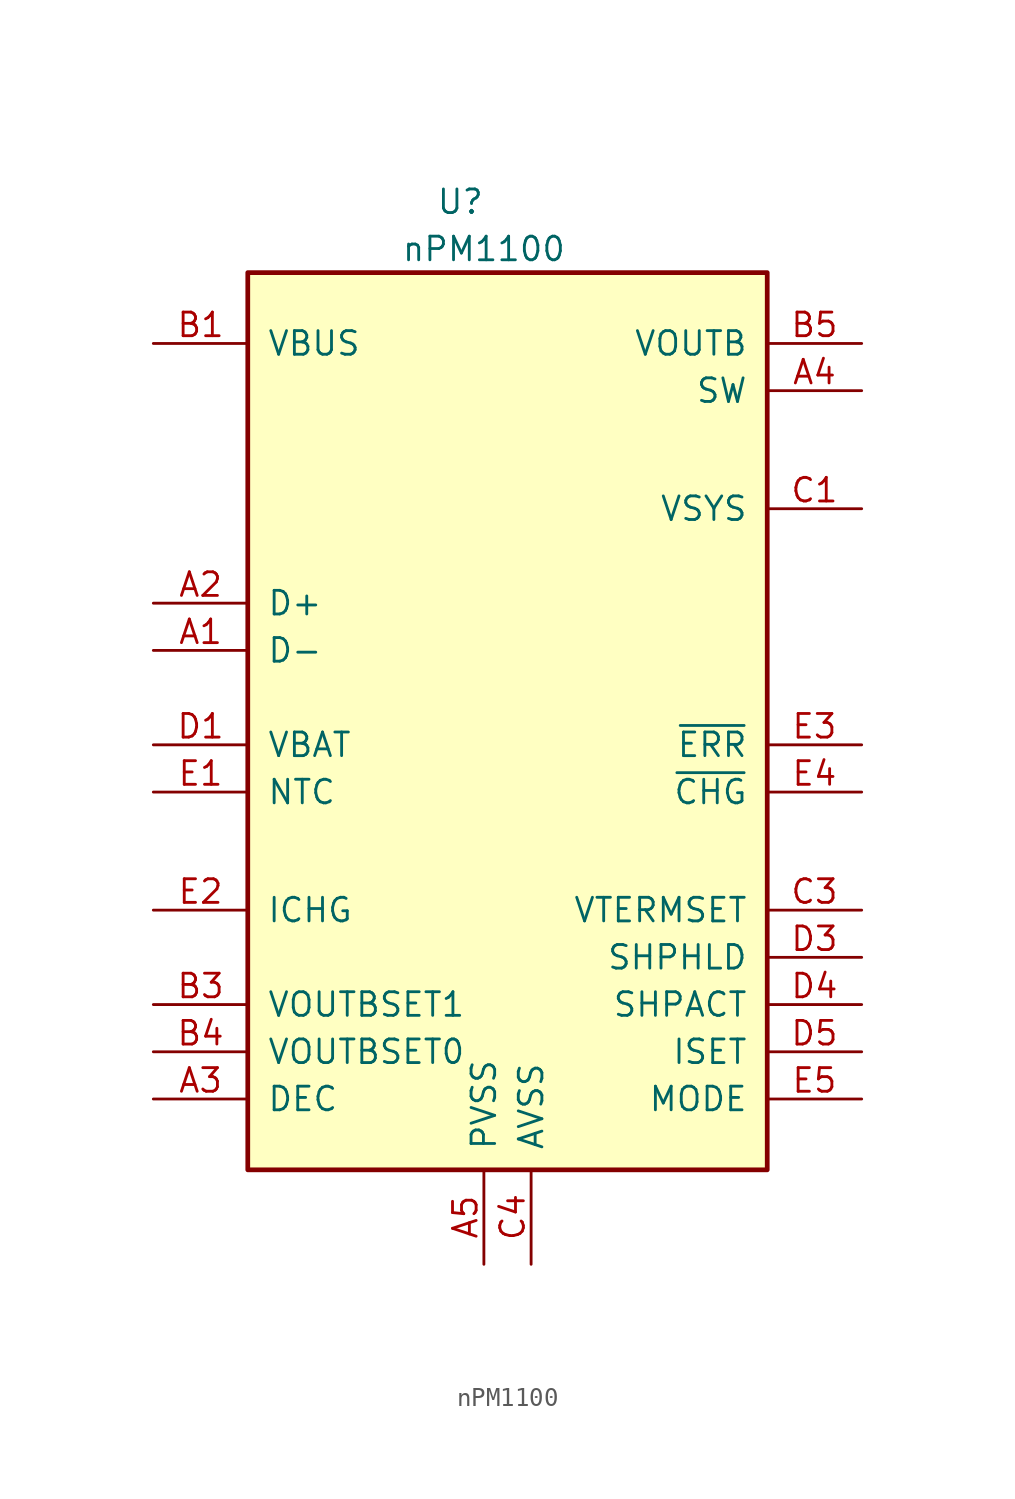
<source format=kicad_sym>
(kicad_symbol_lib
  (version 20211014)
  (generator kicad_symbol_editor)
  (symbol "nPM1100"
    (pin_names
      (offset 1.016))
    (property "Reference" "U"
      (at 11.43 1.27 0)
      (effects (font (size 1.27 1.27))))
    (property "Value" "nPM1100"
      (at 12.7 -1.27 0)
      (effects (font (size 1.27 1.27))))
    (symbol "nPM1100_0_1"
      (rectangle (start 0 -2.54) (end 27.94 -50.8) (stroke (width 0.254) (type default) (color 0 0 0 0)) (fill (type background))))
    (symbol "nPM1100_1_1"
      (pin input line (at -5.08 -22.86 0) (length 5.08) (name "D-" (effects (font (size 1.27 1.27)))) (number "A1" (effects (font (size 1.27 1.27)))))
      (pin input line (at -5.08 -20.32 0) (length 5.08) (name "D+" (effects (font (size 1.27 1.27)))) (number "A2" (effects (font (size 1.27 1.27)))))
      (pin passive line (at -5.08 -46.99 0) (length 5.08) (name "DEC" (effects (font (size 1.27 1.27)))) (number "A3" (effects (font (size 1.27 1.27)))))
      (pin passive line (at 33.02 -8.89 180) (length 5.08) (name "SW" (effects (font (size 1.27 1.27)))) (number "A4" (effects (font (size 1.27 1.27)))))
      (pin passive line (at 12.7 -55.88 90) (length 5.08) (name "PVSS" (effects (font (size 1.27 1.27)))) (number "A5" (effects (font (size 1.27 1.27)))))
      (pin power_in line (at -5.08 -6.35 0) (length 5.08) (name "VBUS" (effects (font (size 1.27 1.27)))) (number "B1" (effects (font (size 1.27 1.27)))))
      (pin power_in line (at -5.08 -6.35 0) (length 5.08) hide (name "VBUS" (effects (font (size 1.27 1.27)))) (number "B2" (effects (font (size 1.27 1.27)))))
      (pin input line (at -5.08 -41.91 0) (length 5.08) (name "VOUTBSET1" (effects (font (size 1.27 1.27)))) (number "B3" (effects (font (size 1.27 1.27)))))
      (pin input line (at -5.08 -44.45 0) (length 5.08) (name "VOUTBSET0" (effects (font (size 1.27 1.27)))) (number "B4" (effects (font (size 1.27 1.27)))))
      (pin power_out line (at 33.02 -6.35 180) (length 5.08) (name "VOUTB" (effects (font (size 1.27 1.27)))) (number "B5" (effects (font (size 1.27 1.27)))))
      (pin power_out line (at 33.02 -15.24 180) (length 5.08) (name "VSYS" (effects (font (size 1.27 1.27)))) (number "C1" (effects (font (size 1.27 1.27)))))
      (pin power_out line (at 33.02 -15.24 180) (length 5.08) hide (name "VSYS" (effects (font (size 1.27 1.27)))) (number "C2" (effects (font (size 1.27 1.27)))))
      (pin input line (at 33.02 -36.83 180) (length 5.08) (name "VTERMSET" (effects (font (size 1.27 1.27)))) (number "C3" (effects (font (size 1.27 1.27)))))
      (pin passive line (at 15.24 -55.88 90) (length 5.08) (name "AVSS" (effects (font (size 1.27 1.27)))) (number "C4" (effects (font (size 1.27 1.27)))))
      (pin passive line (at 15.24 -55.88 90) (length 5.08) hide (name "AVSS" (effects (font (size 1.27 1.27)))) (number "C5" (effects (font (size 1.27 1.27)))))
      (pin power_in line (at -5.08 -27.94 0) (length 5.08) (name "VBAT" (effects (font (size 1.27 1.27)))) (number "D1" (effects (font (size 1.27 1.27)))))
      (pin power_in line (at -5.08 -27.94 0) (length 5.08) hide (name "VBAT" (effects (font (size 1.27 1.27)))) (number "D2" (effects (font (size 1.27 1.27)))))
      (pin input line (at 33.02 -39.37 180) (length 5.08) (name "SHPHLD" (effects (font (size 1.27 1.27)))) (number "D3" (effects (font (size 1.27 1.27)))))
      (pin input line (at 33.02 -41.91 180) (length 5.08) (name "SHPACT" (effects (font (size 1.27 1.27)))) (number "D4" (effects (font (size 1.27 1.27)))))
      (pin input line (at 33.02 -44.45 180) (length 5.08) (name "ISET" (effects (font (size 1.27 1.27)))) (number "D5" (effects (font (size 1.27 1.27)))))
      (pin input line (at -5.08 -30.48 0) (length 5.08) (name "NTC" (effects (font (size 1.27 1.27)))) (number "E1" (effects (font (size 1.27 1.27)))))
      (pin input line (at -5.08 -36.83 0) (length 5.08) (name "ICHG" (effects (font (size 1.27 1.27)))) (number "E2" (effects (font (size 1.27 1.27)))))
      (pin output line (at 33.02 -27.94 180) (length 5.08) (name "~{ERR}" (effects (font (size 1.27 1.27)))) (number "E3" (effects (font (size 1.27 1.27)))))
      (pin output line (at 33.02 -30.48 180) (length 5.08) (name "~{CHG}" (effects (font (size 1.27 1.27)))) (number "E4" (effects (font (size 1.27 1.27)))))
      (pin input line (at 33.02 -46.99 180) (length 5.08) (name "MODE" (effects (font (size 1.27 1.27)))) (number "E5" (effects (font (size 1.27 1.27))))))))
</source>
